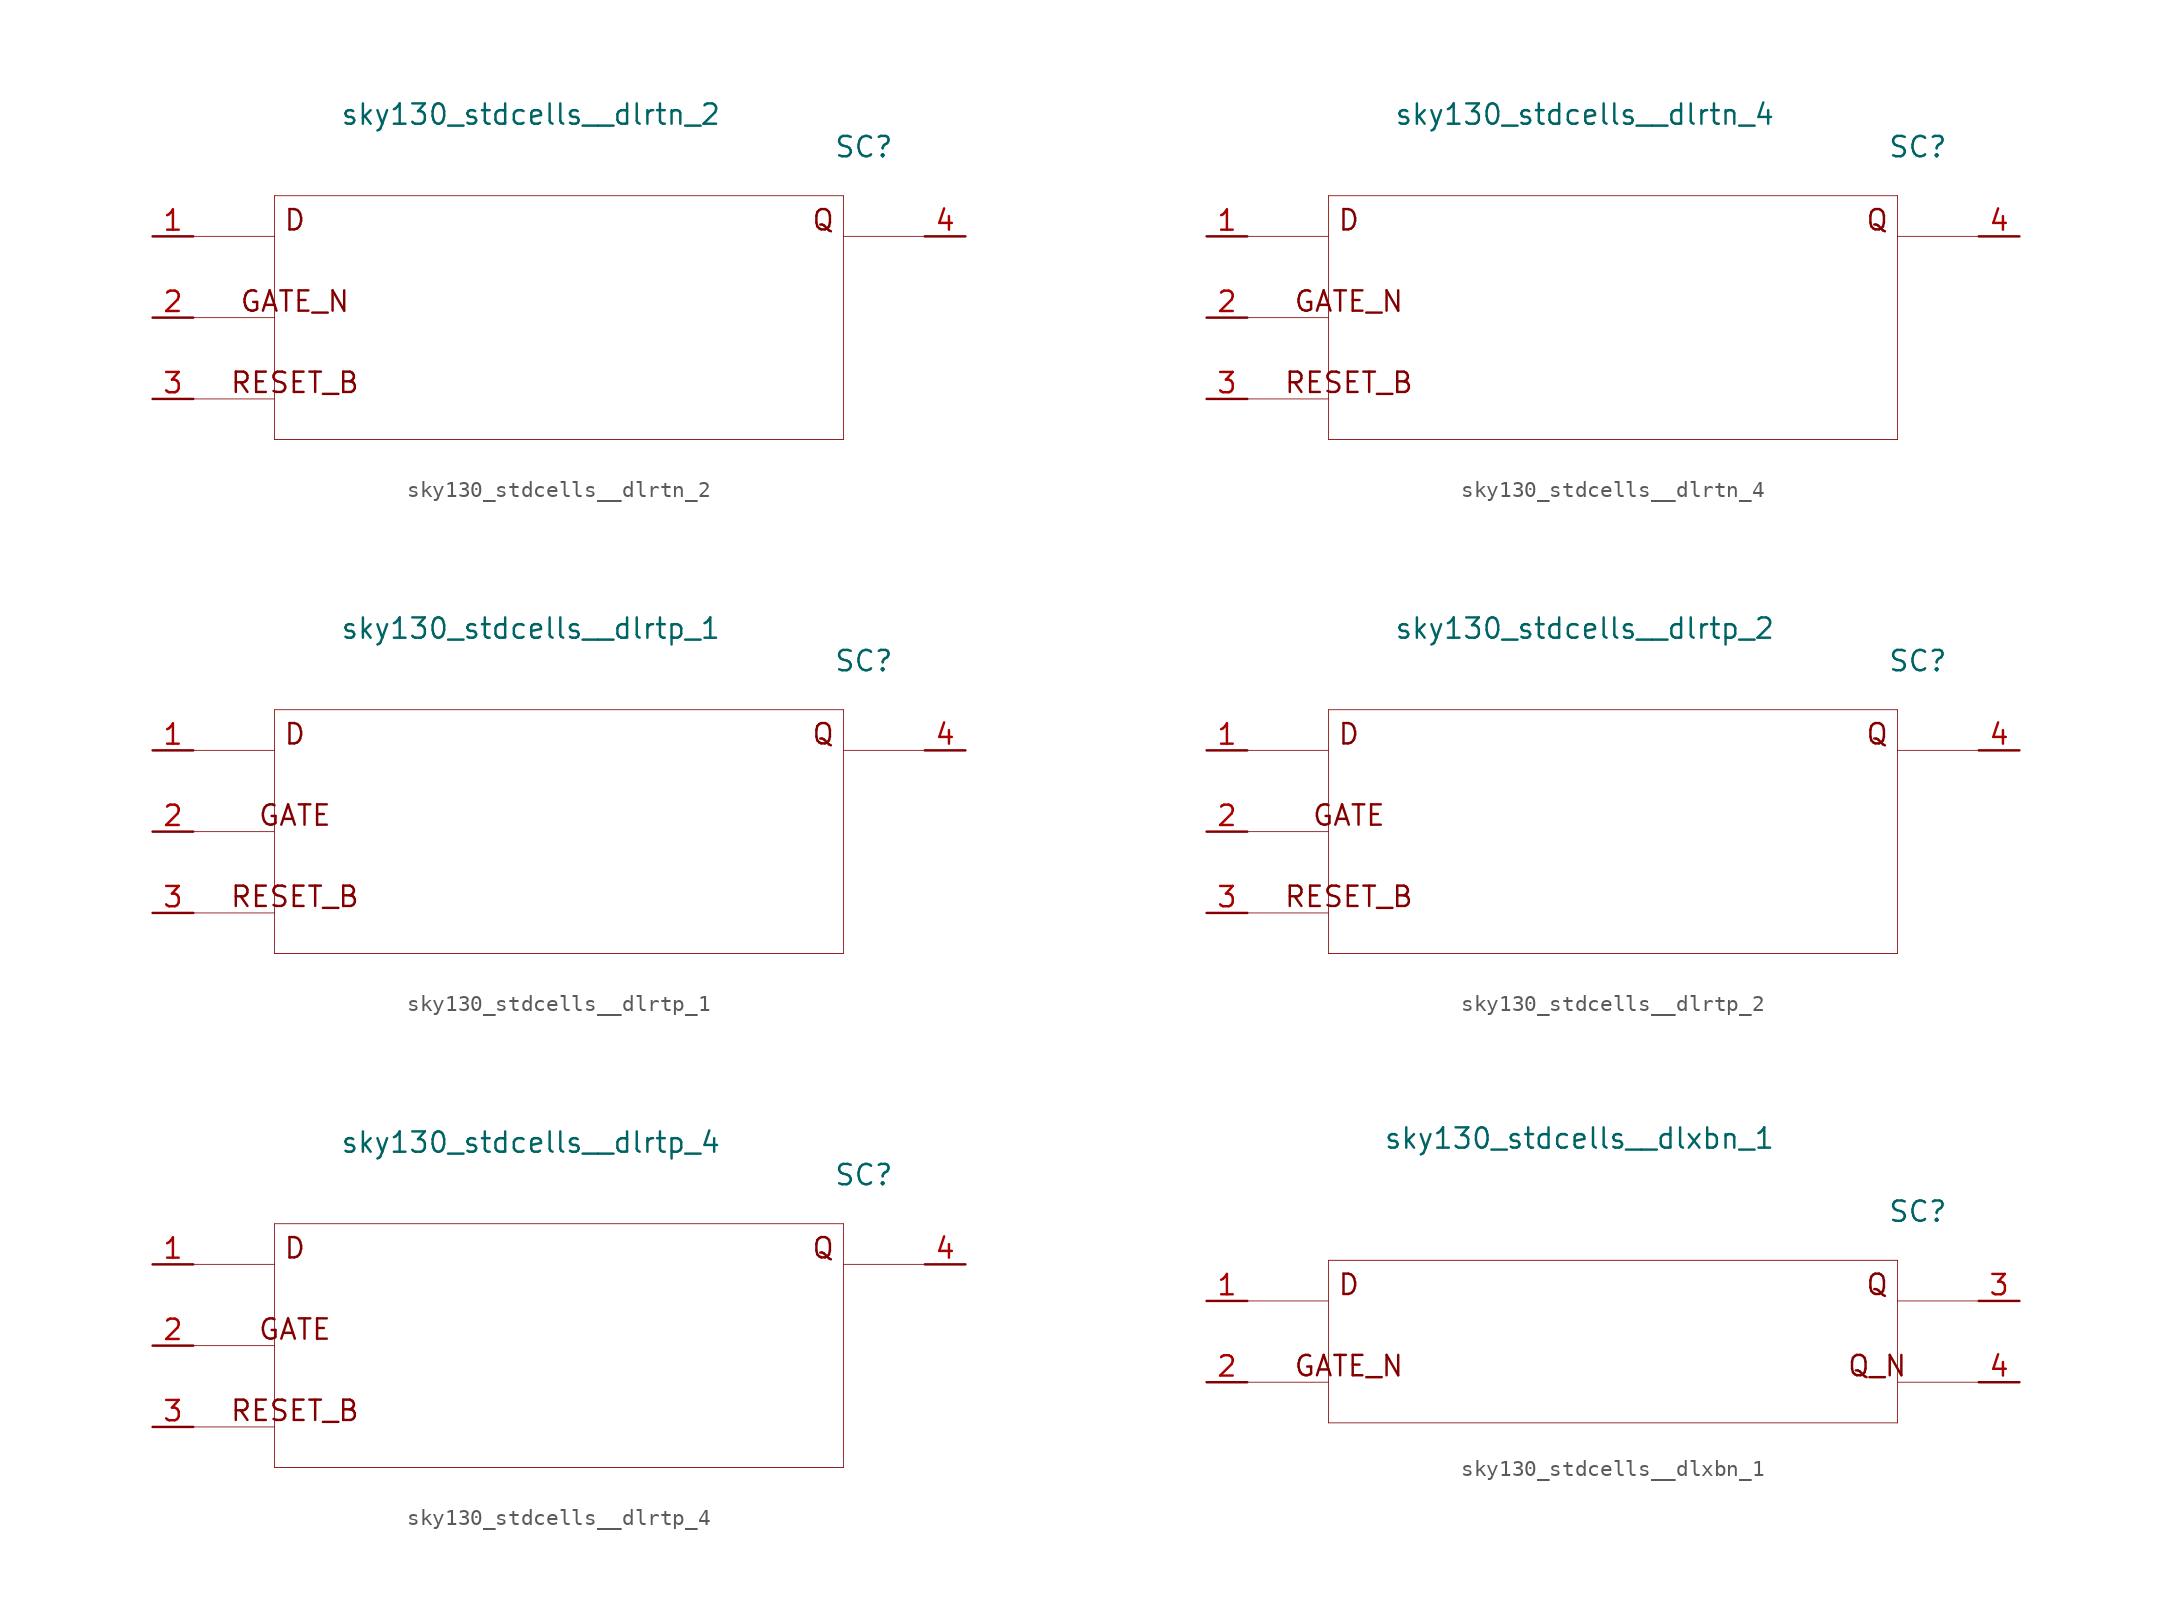
<source format=kicad_sym>
(kicad_symbol_lib
  (version 20211014)
  (generator kicad_symbol_editor)
  (symbol "sky130_stdcells__dlrtn_2"
    (pin_names hide)
    (property "Reference" "SC"
      (at 19.05 10.668 0)
      (effects (font (size 1.27 1.27))))
    (property "Value" "sky130_stdcells__dlrtn_2"
      (at 10.16 12.7 0)
      (effects (font (size 1.27 1.27)) (justify right)))
    (symbol "sky130_stdcells__dlrtn_2_0_0"
      (polyline (pts (xy -22.86 -5.08) (xy -17.78 -5.08)) (stroke (width 0.051) (type default) (color 0 0 0 0)) (fill (type none)))
      (polyline (pts (xy -22.86 0) (xy -17.78 0)) (stroke (width 0.051) (type default) (color 0 0 0 0)) (fill (type none)))
      (polyline (pts (xy -22.86 5.08) (xy -17.78 5.08)) (stroke (width 0.051) (type default) (color 0 0 0 0)) (fill (type none)))
      (polyline (pts (xy -17.78 -7.62) (xy 17.78 -7.62)) (stroke (width 0.051) (type default) (color 0 0 0 0)) (fill (type none)))
      (polyline (pts (xy -17.78 7.62) (xy -17.78 -7.62)) (stroke (width 0.051) (type default) (color 0 0 0 0)) (fill (type none)))
      (polyline (pts (xy -17.78 7.62) (xy 17.78 7.62)) (stroke (width 0.051) (type default) (color 0 0 0 0)) (fill (type none)))
      (polyline (pts (xy 17.78 5.08) (xy 22.86 5.08)) (stroke (width 0.051) (type default) (color 0 0 0 0)) (fill (type none)))
      (polyline (pts (xy 17.78 7.62) (xy 17.78 -7.62)) (stroke (width 0.051) (type default) (color 0 0 0 0)) (fill (type none)))
      (text "D" (at -16.51 6.096 0) (effects (font (size 1.27 1.27))))
      (text "GATE_N" (at -16.51 1.016 0) (effects (font (size 1.27 1.27))))
      (text "Q" (at 16.51 6.096 0) (effects (font (size 1.27 1.27))))
      (text "RESET_B" (at -16.51 -4.064 0) (effects (font (size 1.27 1.27)))))
    (symbol "sky130_stdcells__dlrtn_2_1_1"
      (pin input line (at -25.4 5.08 0) (length 2.54) (name "D" (effects (font (size 1.092 1.092)))) (number "1" (effects (font (size 1.27 1.27)))))
      (pin input line (at -25.4 0 0) (length 2.54) (name "GATE_N" (effects (font (size 1.092 1.092)))) (number "2" (effects (font (size 1.27 1.27)))))
      (pin input line (at -25.4 -5.08 0) (length 2.54) (name "RESET_B" (effects (font (size 1.092 1.092)))) (number "3" (effects (font (size 1.27 1.27)))))
      (pin output line (at 25.4 5.08 180) (length 2.54) (name "Q" (effects (font (size 1.092 1.092)))) (number "4" (effects (font (size 1.27 1.27)))))))
  (symbol "sky130_stdcells__dlrtn_4"
    (pin_names hide)
    (property "Reference" "SC"
      (at 19.05 10.668 0)
      (effects (font (size 1.27 1.27))))
    (property "Value" "sky130_stdcells__dlrtn_4"
      (at 10.16 12.7 0)
      (effects (font (size 1.27 1.27)) (justify right)))
    (symbol "sky130_stdcells__dlrtn_4_0_0"
      (polyline (pts (xy -22.86 -5.08) (xy -17.78 -5.08)) (stroke (width 0.051) (type default) (color 0 0 0 0)) (fill (type none)))
      (polyline (pts (xy -22.86 0) (xy -17.78 0)) (stroke (width 0.051) (type default) (color 0 0 0 0)) (fill (type none)))
      (polyline (pts (xy -22.86 5.08) (xy -17.78 5.08)) (stroke (width 0.051) (type default) (color 0 0 0 0)) (fill (type none)))
      (polyline (pts (xy -17.78 -7.62) (xy 17.78 -7.62)) (stroke (width 0.051) (type default) (color 0 0 0 0)) (fill (type none)))
      (polyline (pts (xy -17.78 7.62) (xy -17.78 -7.62)) (stroke (width 0.051) (type default) (color 0 0 0 0)) (fill (type none)))
      (polyline (pts (xy -17.78 7.62) (xy 17.78 7.62)) (stroke (width 0.051) (type default) (color 0 0 0 0)) (fill (type none)))
      (polyline (pts (xy 17.78 5.08) (xy 22.86 5.08)) (stroke (width 0.051) (type default) (color 0 0 0 0)) (fill (type none)))
      (polyline (pts (xy 17.78 7.62) (xy 17.78 -7.62)) (stroke (width 0.051) (type default) (color 0 0 0 0)) (fill (type none)))
      (text "D" (at -16.51 6.096 0) (effects (font (size 1.27 1.27))))
      (text "GATE_N" (at -16.51 1.016 0) (effects (font (size 1.27 1.27))))
      (text "Q" (at 16.51 6.096 0) (effects (font (size 1.27 1.27))))
      (text "RESET_B" (at -16.51 -4.064 0) (effects (font (size 1.27 1.27)))))
    (symbol "sky130_stdcells__dlrtn_4_1_1"
      (pin input line (at -25.4 5.08 0) (length 2.54) (name "D" (effects (font (size 1.092 1.092)))) (number "1" (effects (font (size 1.27 1.27)))))
      (pin input line (at -25.4 0 0) (length 2.54) (name "GATE_N" (effects (font (size 1.092 1.092)))) (number "2" (effects (font (size 1.27 1.27)))))
      (pin input line (at -25.4 -5.08 0) (length 2.54) (name "RESET_B" (effects (font (size 1.092 1.092)))) (number "3" (effects (font (size 1.27 1.27)))))
      (pin output line (at 25.4 5.08 180) (length 2.54) (name "Q" (effects (font (size 1.092 1.092)))) (number "4" (effects (font (size 1.27 1.27)))))))
  (symbol "sky130_stdcells__dlrtp_1"
    (pin_names hide)
    (property "Reference" "SC"
      (at 19.05 10.668 0)
      (effects (font (size 1.27 1.27))))
    (property "Value" "sky130_stdcells__dlrtp_1"
      (at 10.16 12.7 0)
      (effects (font (size 1.27 1.27)) (justify right)))
    (symbol "sky130_stdcells__dlrtp_1_0_0"
      (polyline (pts (xy -22.86 -5.08) (xy -17.78 -5.08)) (stroke (width 0.051) (type default) (color 0 0 0 0)) (fill (type none)))
      (polyline (pts (xy -22.86 0) (xy -17.78 0)) (stroke (width 0.051) (type default) (color 0 0 0 0)) (fill (type none)))
      (polyline (pts (xy -22.86 5.08) (xy -17.78 5.08)) (stroke (width 0.051) (type default) (color 0 0 0 0)) (fill (type none)))
      (polyline (pts (xy -17.78 -7.62) (xy 17.78 -7.62)) (stroke (width 0.051) (type default) (color 0 0 0 0)) (fill (type none)))
      (polyline (pts (xy -17.78 7.62) (xy -17.78 -7.62)) (stroke (width 0.051) (type default) (color 0 0 0 0)) (fill (type none)))
      (polyline (pts (xy -17.78 7.62) (xy 17.78 7.62)) (stroke (width 0.051) (type default) (color 0 0 0 0)) (fill (type none)))
      (polyline (pts (xy 17.78 5.08) (xy 22.86 5.08)) (stroke (width 0.051) (type default) (color 0 0 0 0)) (fill (type none)))
      (polyline (pts (xy 17.78 7.62) (xy 17.78 -7.62)) (stroke (width 0.051) (type default) (color 0 0 0 0)) (fill (type none)))
      (text "D" (at -16.51 6.096 0) (effects (font (size 1.27 1.27))))
      (text "GATE" (at -16.51 1.016 0) (effects (font (size 1.27 1.27))))
      (text "Q" (at 16.51 6.096 0) (effects (font (size 1.27 1.27))))
      (text "RESET_B" (at -16.51 -4.064 0) (effects (font (size 1.27 1.27)))))
    (symbol "sky130_stdcells__dlrtp_1_1_1"
      (pin input line (at -25.4 5.08 0) (length 2.54) (name "D" (effects (font (size 1.092 1.092)))) (number "1" (effects (font (size 1.27 1.27)))))
      (pin input line (at -25.4 0 0) (length 2.54) (name "GATE" (effects (font (size 1.092 1.092)))) (number "2" (effects (font (size 1.27 1.27)))))
      (pin input line (at -25.4 -5.08 0) (length 2.54) (name "RESET_B" (effects (font (size 1.092 1.092)))) (number "3" (effects (font (size 1.27 1.27)))))
      (pin output line (at 25.4 5.08 180) (length 2.54) (name "Q" (effects (font (size 1.092 1.092)))) (number "4" (effects (font (size 1.27 1.27)))))))
  (symbol "sky130_stdcells__dlrtp_2"
    (pin_names hide)
    (property "Reference" "SC"
      (at 19.05 10.668 0)
      (effects (font (size 1.27 1.27))))
    (property "Value" "sky130_stdcells__dlrtp_2"
      (at 10.16 12.7 0)
      (effects (font (size 1.27 1.27)) (justify right)))
    (symbol "sky130_stdcells__dlrtp_2_0_0"
      (polyline (pts (xy -22.86 -5.08) (xy -17.78 -5.08)) (stroke (width 0.051) (type default) (color 0 0 0 0)) (fill (type none)))
      (polyline (pts (xy -22.86 0) (xy -17.78 0)) (stroke (width 0.051) (type default) (color 0 0 0 0)) (fill (type none)))
      (polyline (pts (xy -22.86 5.08) (xy -17.78 5.08)) (stroke (width 0.051) (type default) (color 0 0 0 0)) (fill (type none)))
      (polyline (pts (xy -17.78 -7.62) (xy 17.78 -7.62)) (stroke (width 0.051) (type default) (color 0 0 0 0)) (fill (type none)))
      (polyline (pts (xy -17.78 7.62) (xy -17.78 -7.62)) (stroke (width 0.051) (type default) (color 0 0 0 0)) (fill (type none)))
      (polyline (pts (xy -17.78 7.62) (xy 17.78 7.62)) (stroke (width 0.051) (type default) (color 0 0 0 0)) (fill (type none)))
      (polyline (pts (xy 17.78 5.08) (xy 22.86 5.08)) (stroke (width 0.051) (type default) (color 0 0 0 0)) (fill (type none)))
      (polyline (pts (xy 17.78 7.62) (xy 17.78 -7.62)) (stroke (width 0.051) (type default) (color 0 0 0 0)) (fill (type none)))
      (text "D" (at -16.51 6.096 0) (effects (font (size 1.27 1.27))))
      (text "GATE" (at -16.51 1.016 0) (effects (font (size 1.27 1.27))))
      (text "Q" (at 16.51 6.096 0) (effects (font (size 1.27 1.27))))
      (text "RESET_B" (at -16.51 -4.064 0) (effects (font (size 1.27 1.27)))))
    (symbol "sky130_stdcells__dlrtp_2_1_1"
      (pin input line (at -25.4 5.08 0) (length 2.54) (name "D" (effects (font (size 1.092 1.092)))) (number "1" (effects (font (size 1.27 1.27)))))
      (pin input line (at -25.4 0 0) (length 2.54) (name "GATE" (effects (font (size 1.092 1.092)))) (number "2" (effects (font (size 1.27 1.27)))))
      (pin input line (at -25.4 -5.08 0) (length 2.54) (name "RESET_B" (effects (font (size 1.092 1.092)))) (number "3" (effects (font (size 1.27 1.27)))))
      (pin output line (at 25.4 5.08 180) (length 2.54) (name "Q" (effects (font (size 1.092 1.092)))) (number "4" (effects (font (size 1.27 1.27)))))))
  (symbol "sky130_stdcells__dlrtp_4"
    (pin_names hide)
    (property "Reference" "SC"
      (at 19.05 10.668 0)
      (effects (font (size 1.27 1.27))))
    (property "Value" "sky130_stdcells__dlrtp_4"
      (at 10.16 12.7 0)
      (effects (font (size 1.27 1.27)) (justify right)))
    (symbol "sky130_stdcells__dlrtp_4_0_0"
      (polyline (pts (xy -22.86 -5.08) (xy -17.78 -5.08)) (stroke (width 0.051) (type default) (color 0 0 0 0)) (fill (type none)))
      (polyline (pts (xy -22.86 0) (xy -17.78 0)) (stroke (width 0.051) (type default) (color 0 0 0 0)) (fill (type none)))
      (polyline (pts (xy -22.86 5.08) (xy -17.78 5.08)) (stroke (width 0.051) (type default) (color 0 0 0 0)) (fill (type none)))
      (polyline (pts (xy -17.78 -7.62) (xy 17.78 -7.62)) (stroke (width 0.051) (type default) (color 0 0 0 0)) (fill (type none)))
      (polyline (pts (xy -17.78 7.62) (xy -17.78 -7.62)) (stroke (width 0.051) (type default) (color 0 0 0 0)) (fill (type none)))
      (polyline (pts (xy -17.78 7.62) (xy 17.78 7.62)) (stroke (width 0.051) (type default) (color 0 0 0 0)) (fill (type none)))
      (polyline (pts (xy 17.78 5.08) (xy 22.86 5.08)) (stroke (width 0.051) (type default) (color 0 0 0 0)) (fill (type none)))
      (polyline (pts (xy 17.78 7.62) (xy 17.78 -7.62)) (stroke (width 0.051) (type default) (color 0 0 0 0)) (fill (type none)))
      (text "D" (at -16.51 6.096 0) (effects (font (size 1.27 1.27))))
      (text "GATE" (at -16.51 1.016 0) (effects (font (size 1.27 1.27))))
      (text "Q" (at 16.51 6.096 0) (effects (font (size 1.27 1.27))))
      (text "RESET_B" (at -16.51 -4.064 0) (effects (font (size 1.27 1.27)))))
    (symbol "sky130_stdcells__dlrtp_4_1_1"
      (pin input line (at -25.4 5.08 0) (length 2.54) (name "D" (effects (font (size 1.092 1.092)))) (number "1" (effects (font (size 1.27 1.27)))))
      (pin input line (at -25.4 0 0) (length 2.54) (name "GATE" (effects (font (size 1.092 1.092)))) (number "2" (effects (font (size 1.27 1.27)))))
      (pin input line (at -25.4 -5.08 0) (length 2.54) (name "RESET_B" (effects (font (size 1.092 1.092)))) (number "3" (effects (font (size 1.27 1.27)))))
      (pin output line (at 25.4 5.08 180) (length 2.54) (name "Q" (effects (font (size 1.092 1.092)))) (number "4" (effects (font (size 1.27 1.27)))))))
  (symbol "sky130_stdcells__dlxbn_1"
    (pin_names hide)
    (property "Reference" "SC"
      (at 19.05 8.128 0)
      (effects (font (size 1.27 1.27))))
    (property "Value" "sky130_stdcells__dlxbn_1"
      (at 10.16 12.7 0)
      (effects (font (size 1.27 1.27)) (justify right)))
    (symbol "sky130_stdcells__dlxbn_1_0_0"
      (polyline (pts (xy -22.86 -2.54) (xy -17.78 -2.54)) (stroke (width 0.051) (type default) (color 0 0 0 0)) (fill (type none)))
      (polyline (pts (xy -22.86 2.54) (xy -17.78 2.54)) (stroke (width 0.051) (type default) (color 0 0 0 0)) (fill (type none)))
      (polyline (pts (xy -17.78 -5.08) (xy 17.78 -5.08)) (stroke (width 0.051) (type default) (color 0 0 0 0)) (fill (type none)))
      (polyline (pts (xy -17.78 5.08) (xy -17.78 -5.08)) (stroke (width 0.051) (type default) (color 0 0 0 0)) (fill (type none)))
      (polyline (pts (xy -17.78 5.08) (xy 17.78 5.08)) (stroke (width 0.051) (type default) (color 0 0 0 0)) (fill (type none)))
      (polyline (pts (xy 17.78 -2.54) (xy 22.86 -2.54)) (stroke (width 0.051) (type default) (color 0 0 0 0)) (fill (type none)))
      (polyline (pts (xy 17.78 2.54) (xy 22.86 2.54)) (stroke (width 0.051) (type default) (color 0 0 0 0)) (fill (type none)))
      (polyline (pts (xy 17.78 5.08) (xy 17.78 -5.08)) (stroke (width 0.051) (type default) (color 0 0 0 0)) (fill (type none)))
      (text "D" (at -16.51 3.556 0) (effects (font (size 1.27 1.27))))
      (text "GATE_N" (at -16.51 -1.524 0) (effects (font (size 1.27 1.27))))
      (text "Q" (at 16.51 3.556 0) (effects (font (size 1.27 1.27))))
      (text "Q_N" (at 16.51 -1.524 0) (effects (font (size 1.27 1.27)))))
    (symbol "sky130_stdcells__dlxbn_1_1_1"
      (pin input line (at -25.4 2.54 0) (length 2.54) (name "D" (effects (font (size 1.092 1.092)))) (number "1" (effects (font (size 1.27 1.27)))))
      (pin input line (at -25.4 -2.54 0) (length 2.54) (name "GATE_N" (effects (font (size 1.092 1.092)))) (number "2" (effects (font (size 1.27 1.27)))))
      (pin output line (at 25.4 2.54 180) (length 2.54) (name "Q" (effects (font (size 1.092 1.092)))) (number "3" (effects (font (size 1.27 1.27)))))
      (pin output line (at 25.4 -2.54 180) (length 2.54) (name "Q_N" (effects (font (size 1.092 1.092)))) (number "4" (effects (font (size 1.27 1.27))))))))
</source>
